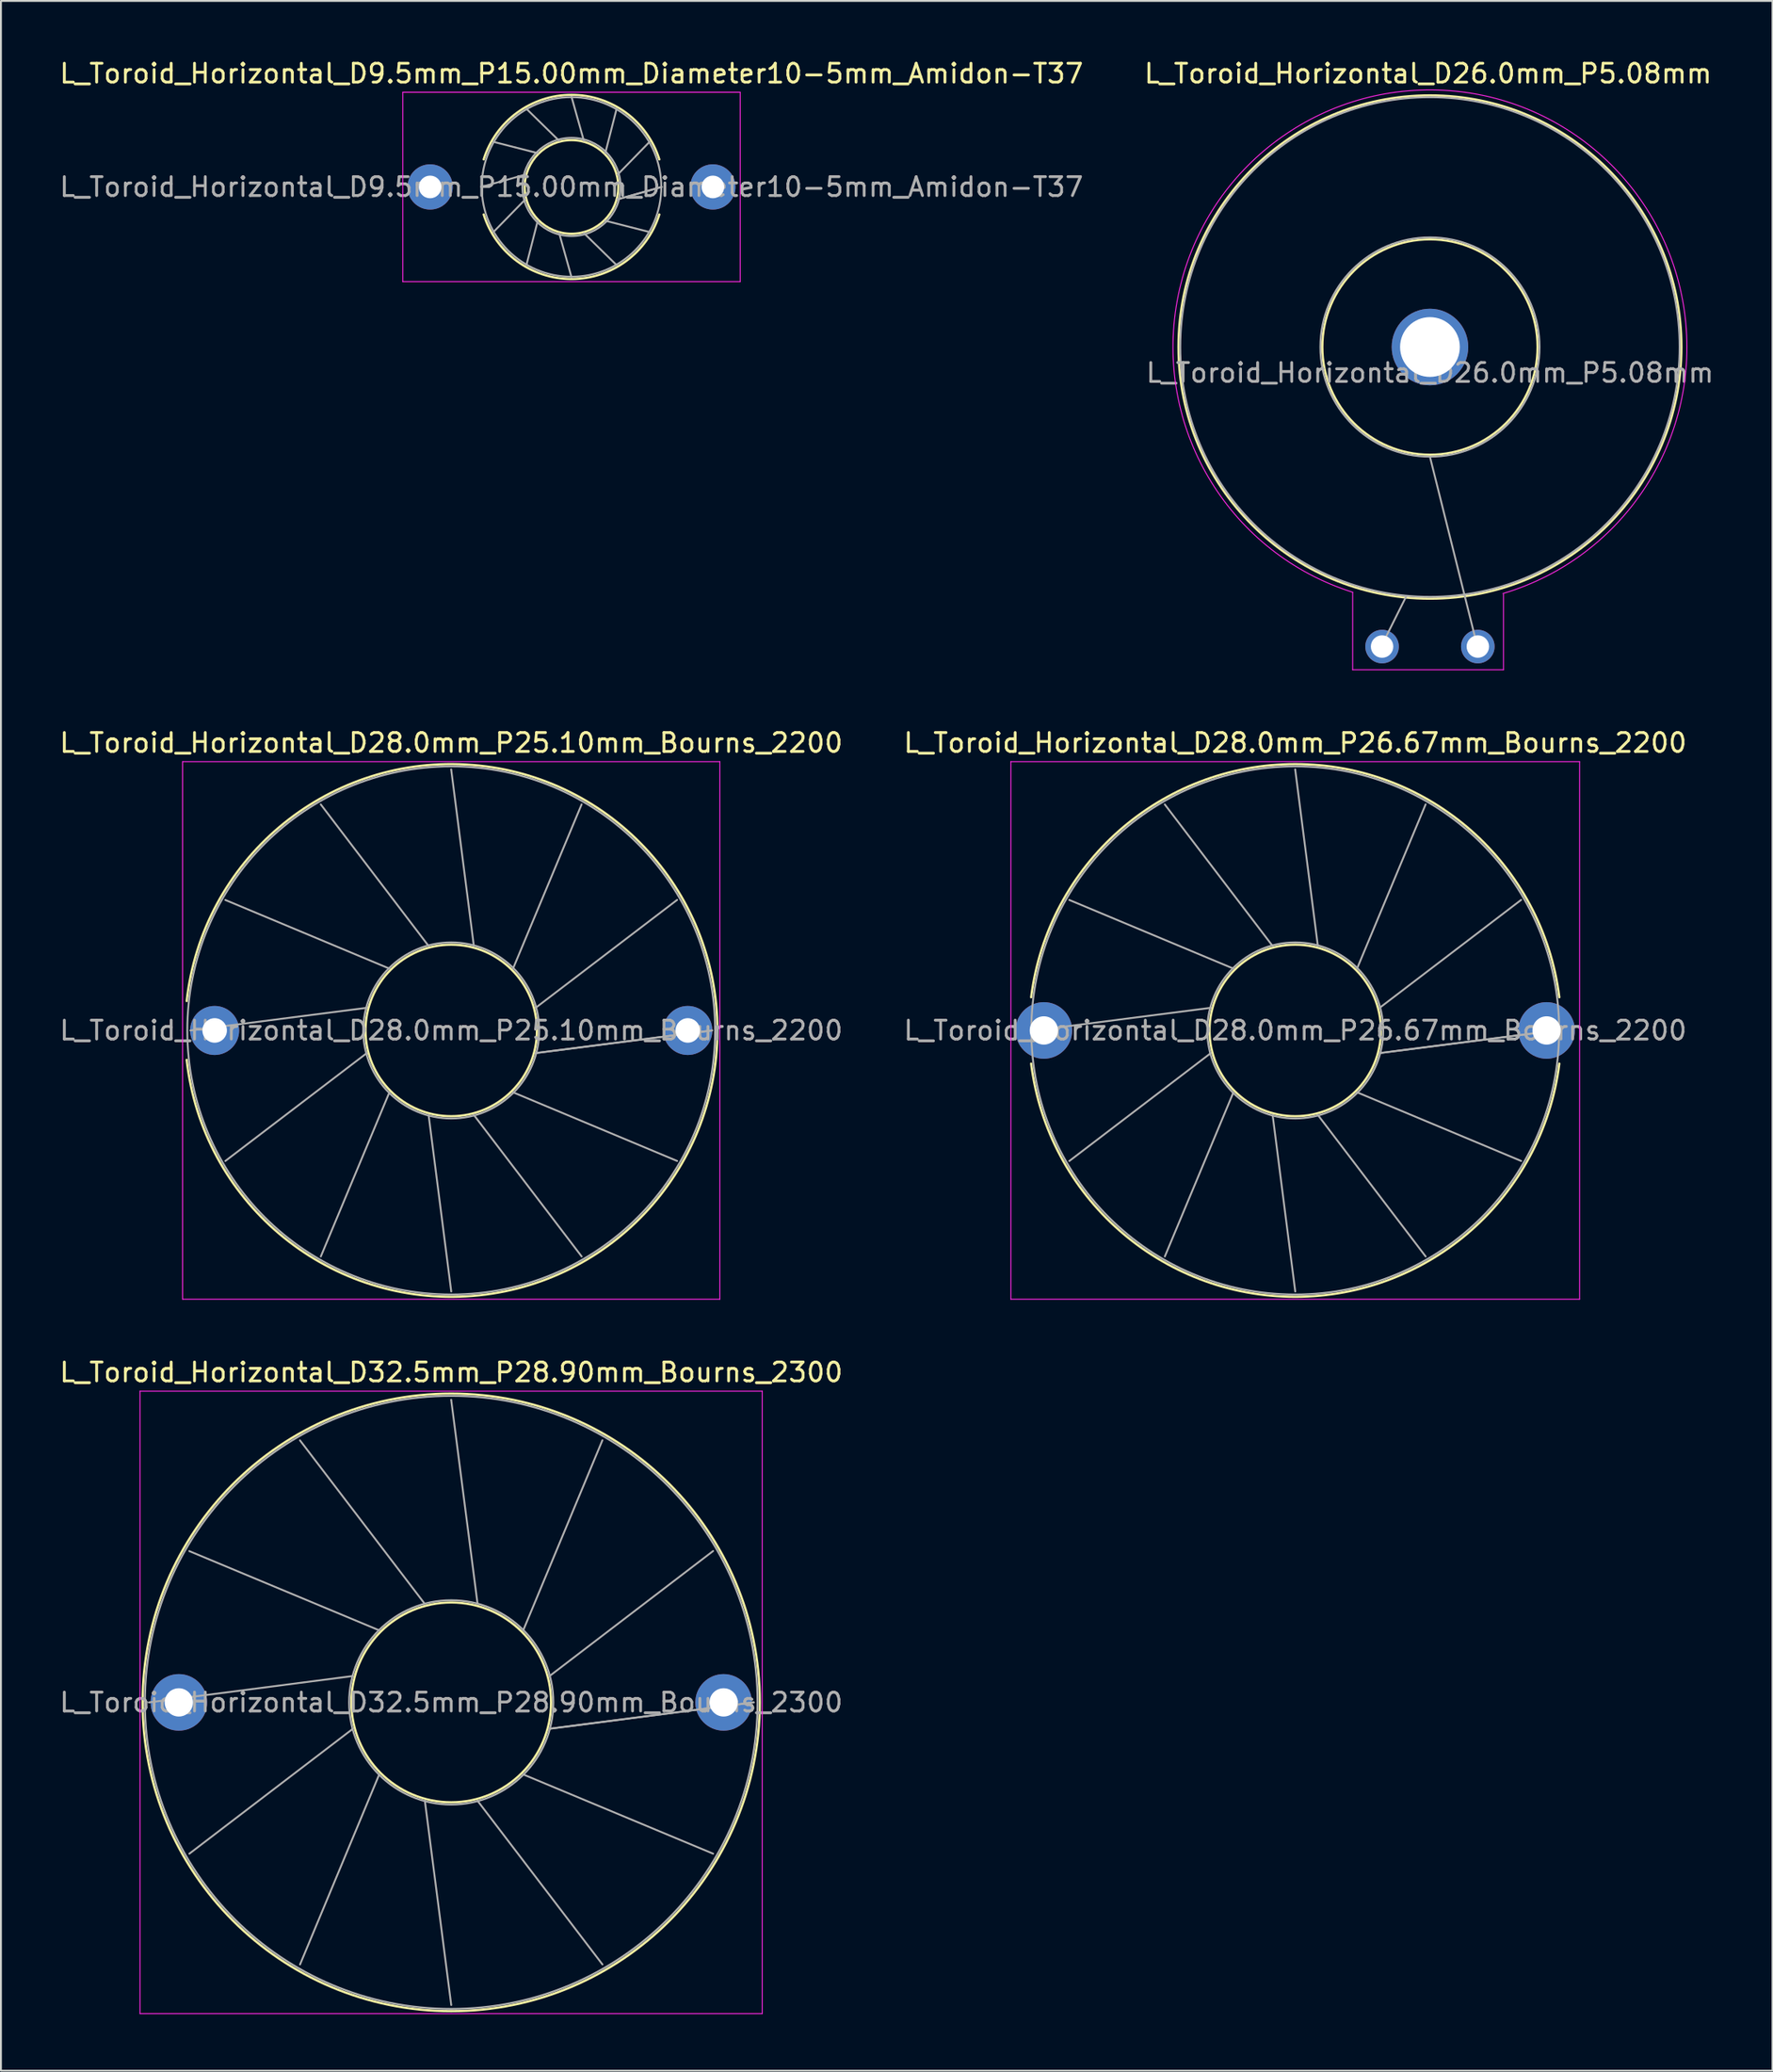
<source format=kicad_pcb>
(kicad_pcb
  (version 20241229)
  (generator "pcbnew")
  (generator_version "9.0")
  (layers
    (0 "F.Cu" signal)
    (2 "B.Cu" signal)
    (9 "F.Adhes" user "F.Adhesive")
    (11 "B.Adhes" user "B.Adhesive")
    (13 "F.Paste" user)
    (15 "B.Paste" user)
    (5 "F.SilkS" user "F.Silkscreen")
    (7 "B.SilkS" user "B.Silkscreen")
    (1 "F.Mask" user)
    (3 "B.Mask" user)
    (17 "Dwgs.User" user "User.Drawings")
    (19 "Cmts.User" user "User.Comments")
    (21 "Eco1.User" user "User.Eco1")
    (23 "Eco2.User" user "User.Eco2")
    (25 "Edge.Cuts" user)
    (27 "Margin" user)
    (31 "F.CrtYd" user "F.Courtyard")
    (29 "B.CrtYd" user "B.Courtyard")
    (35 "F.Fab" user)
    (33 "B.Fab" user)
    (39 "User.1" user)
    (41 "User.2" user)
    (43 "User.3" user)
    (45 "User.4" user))
  (footprint "L_Toroid_Horizontal_D9.5mm_P15.00mm_Diameter10-5mm_Amidon-T37"
    (layer "F.Cu")
    (at 19.768 6.861)
    (property "Reference" "L_Toroid_Horizontal_D9.5mm_P15.00mm_Diameter10-5mm_Amidon-T37" (at 7.5 -6.013 0) (layer "F.SilkS") (effects (font (size 1 1) (thickness 0.15))))
    (attr through_hole)
    (fp_arc (start 2.840901 -1.46) (mid 7.5 -4.8825) (end 12.159099 -1.46) (stroke (width 0.12) (type solid)) (layer "F.SilkS"))
    (fp_arc (start 12.159099 1.46) (mid 7.5 4.8825) (end 2.840901 1.46) (stroke (width 0.12) (type solid)) (layer "F.SilkS"))
    (fp_circle (center 7.5 0) (end 9.983 0) (stroke (width 0.12) (type solid)) (fill no) (layer "F.SilkS"))
    (fp_line (start -1.45 -5.02) (end -1.45 5.02) (stroke (width 0.05) (type solid)) (layer "F.CrtYd"))
    (fp_line (start -1.45 5.02) (end 16.45 5.02) (stroke (width 0.05) (type solid)) (layer "F.CrtYd"))
    (fp_line (start 16.45 -5.02) (end -1.45 -5.02) (stroke (width 0.05) (type solid)) (layer "F.CrtYd"))
    (fp_line (start 16.45 5.02) (end 16.45 -5.02) (stroke (width 0.05) (type solid)) (layer "F.CrtYd"))
    (fp_line (start 2.715 0.000443) (end 5.053 -0.655) (stroke (width 0.1) (type solid)) (layer "F.Fab"))
    (fp_line (start 3.356 -2.392) (end 5.709 -1.791) (stroke (width 0.1) (type solid)) (layer "F.Fab"))
    (fp_line (start 3.356 2.393) (end 5.053 0.656) (stroke (width 0.1) (type solid)) (layer "F.Fab"))
    (fp_line (start 5.107 -4.144) (end 6.844 -2.447) (stroke (width 0.1) (type solid)) (layer "F.Fab"))
    (fp_line (start 5.108 4.144) (end 5.709 1.791) (stroke (width 0.1) (type solid)) (layer "F.Fab"))
    (fp_line (start 7.499 -4.785) (end 8.155 -2.447) (stroke (width 0.1) (type solid)) (layer "F.Fab"))
    (fp_line (start 7.5 4.785) (end 6.845 2.447) (stroke (width 0.1) (type solid)) (layer "F.Fab"))
    (fp_line (start 9.892 -4.144) (end 9.291 -1.792) (stroke (width 0.1) (type solid)) (layer "F.Fab"))
    (fp_line (start 9.893 4.144) (end 8.156 2.447) (stroke (width 0.1) (type solid)) (layer "F.Fab"))
    (fp_line (start 11.643 -2.393) (end 9.947 -0.656) (stroke (width 0.1) (type solid)) (layer "F.Fab"))
    (fp_line (start 11.644 2.392) (end 9.291 1.791) (stroke (width 0.1) (type solid)) (layer "F.Fab"))
    (fp_line (start 12.285 -0.001) (end 9.947 0.655) (stroke (width 0.1) (type solid)) (layer "F.Fab"))
    (fp_line (start 12.285 0) (end 9.947 0.656) (stroke (width 0.1) (type solid)) (layer "F.Fab"))
    (fp_circle (center 7.5 0) (end 10.104 0) (stroke (width 0.1) (type solid)) (fill no) (layer "F.Fab"))
    (fp_circle (center 7.5 0) (end 12.262 0) (stroke (width 0.1) (type solid)) (fill no) (layer "F.Fab"))
    (fp_text user "${REFERENCE}" (at 7.5 0 0) (layer "F.Fab") (effects (font (size 1 1) (thickness 0.15))))
    (pad "1" thru_hole circle (at 0 0) (size 2.4 2.4) (drill 1.2) (layers "*.Cu" "*.Mask"))
    (pad "2" thru_hole circle (at 15 0) (size 2.4 2.4) (drill 1.2) (layers "*.Cu" "*.Mask")))
  (footprint "L_Toroid_Horizontal_D28.0mm_P26.67mm_Bourns_2200"
    (layer "F.Cu")
    (at 52.326 51.581)
    (property "Reference" "L_Toroid_Horizontal_D28.0mm_P26.67mm_Bourns_2200" (at 13.335 -15.25 0) (layer "F.SilkS") (effects (font (size 1 1) (thickness 0.15))))
    (attr through_hole)
    (fp_arc (start -0.674882 -1.76) (mid 13.335 -14.12) (end 27.344882 -1.76) (stroke (width 0.12) (type solid)) (layer "F.SilkS"))
    (fp_arc (start 27.344882 1.76) (mid 13.335 14.12) (end -0.674882 1.76) (stroke (width 0.12) (type solid)) (layer "F.SilkS"))
    (fp_circle (center 13.335 0) (end 17.882 0) (stroke (width 0.12) (type solid)) (fill no) (layer "F.SilkS"))
    (fp_line (start -1.75 -14.25) (end -1.75 14.25) (stroke (width 0.05) (type solid)) (layer "F.CrtYd"))
    (fp_line (start -1.75 14.25) (end 28.42 14.25) (stroke (width 0.05) (type solid)) (layer "F.CrtYd"))
    (fp_line (start 28.42 -14.25) (end -1.75 -14.25) (stroke (width 0.05) (type solid)) (layer "F.CrtYd"))
    (fp_line (start 28.42 14.25) (end 28.42 -14.25) (stroke (width 0.05) (type solid)) (layer "F.CrtYd"))
    (fp_line (start -0.503 0.001) (end 8.855 -1.2) (stroke (width 0.1) (type solid)) (layer "F.Fab"))
    (fp_line (start 1.351 -6.918) (end 10.055 -3.279) (stroke (width 0.1) (type solid)) (layer "F.Fab"))
    (fp_line (start 1.352 6.92) (end 8.856 1.201) (stroke (width 0.1) (type solid)) (layer "F.Fab"))
    (fp_line (start 6.415 -11.983) (end 12.134 -4.479) (stroke (width 0.1) (type solid)) (layer "F.Fab"))
    (fp_line (start 6.417 11.984) (end 10.056 3.28) (stroke (width 0.1) (type solid)) (layer "F.Fab"))
    (fp_line (start 13.333 -13.838) (end 14.535 -4.48) (stroke (width 0.1) (type solid)) (layer "F.Fab"))
    (fp_line (start 13.336 13.838) (end 12.135 4.48) (stroke (width 0.1) (type solid)) (layer "F.Fab"))
    (fp_line (start 20.252 -11.985) (end 16.614 -3.28) (stroke (width 0.1) (type solid)) (layer "F.Fab"))
    (fp_line (start 20.254 11.983) (end 14.535 4.48) (stroke (width 0.1) (type solid)) (layer "F.Fab"))
    (fp_line (start 25.318 -6.921) (end 17.814 -1.201) (stroke (width 0.1) (type solid)) (layer "F.Fab"))
    (fp_line (start 25.319 6.919) (end 16.614 3.279) (stroke (width 0.1) (type solid)) (layer "F.Fab"))
    (fp_line (start 27.173 -0.003) (end 17.815 1.199) (stroke (width 0.1) (type solid)) (layer "F.Fab"))
    (fp_line (start 27.173 0) (end 17.815 1.2) (stroke (width 0.1) (type solid)) (layer "F.Fab"))
    (fp_circle (center 13.335 0) (end 18.002 0) (stroke (width 0.1) (type solid)) (fill no) (layer "F.Fab"))
    (fp_circle (center 13.335 0) (end 27.335 0) (stroke (width 0.1) (type solid)) (fill no) (layer "F.Fab"))
    (fp_text user "${REFERENCE}" (at 13.335 0 0) (layer "F.Fab") (effects (font (size 1 1) (thickness 0.15))))
    (pad "1" thru_hole circle (at 0 0) (size 3 3) (drill 1.5) (layers "*.Cu" "*.Mask"))
    (pad "2" thru_hole circle (at 26.67 0) (size 3 3) (drill 1.5) (layers "*.Cu" "*.Mask")))
  (footprint "L_Toroid_Horizontal_D28.0mm_P25.10mm_Bourns_2200"
    (layer "F.Cu")
    (at 8.337 51.581)
    (property "Reference" "L_Toroid_Horizontal_D28.0mm_P25.10mm_Bourns_2200" (at 12.55 -15.25 0) (layer "F.SilkS") (effects (font (size 1 1) (thickness 0.15))))
    (attr through_hole)
    (fp_arc (start -1.48356 -1.56) (mid 26.67 0) (end -1.48356 1.56) (stroke (width 0.12) (type solid)) (layer "F.SilkS"))
    (fp_circle (center 12.55 0) (end 17.097 0) (stroke (width 0.12) (type solid)) (fill no) (layer "F.SilkS"))
    (fp_line (start -1.7 -14.25) (end -1.7 14.25) (stroke (width 0.05) (type solid)) (layer "F.CrtYd"))
    (fp_line (start -1.7 14.25) (end 26.8 14.25) (stroke (width 0.05) (type solid)) (layer "F.CrtYd"))
    (fp_line (start 26.8 -14.25) (end -1.7 -14.25) (stroke (width 0.05) (type solid)) (layer "F.CrtYd"))
    (fp_line (start 26.8 14.25) (end 26.8 -14.25) (stroke (width 0.05) (type solid)) (layer "F.CrtYd"))
    (fp_line (start -1.288 0.001) (end 8.07 -1.2) (stroke (width 0.1) (type solid)) (layer "F.Fab"))
    (fp_line (start 0.566 -6.918) (end 9.27 -3.279) (stroke (width 0.1) (type solid)) (layer "F.Fab"))
    (fp_line (start 0.567 6.92) (end 8.071 1.201) (stroke (width 0.1) (type solid)) (layer "F.Fab"))
    (fp_line (start 5.63 -11.983) (end 11.349 -4.479) (stroke (width 0.1) (type solid)) (layer "F.Fab"))
    (fp_line (start 5.632 11.984) (end 9.271 3.28) (stroke (width 0.1) (type solid)) (layer "F.Fab"))
    (fp_line (start 12.548 -13.838) (end 13.75 -4.48) (stroke (width 0.1) (type solid)) (layer "F.Fab"))
    (fp_line (start 12.551 13.838) (end 11.35 4.48) (stroke (width 0.1) (type solid)) (layer "F.Fab"))
    (fp_line (start 19.467 -11.985) (end 15.829 -3.28) (stroke (width 0.1) (type solid)) (layer "F.Fab"))
    (fp_line (start 19.469 11.983) (end 13.75 4.48) (stroke (width 0.1) (type solid)) (layer "F.Fab"))
    (fp_line (start 24.533 -6.921) (end 17.029 -1.201) (stroke (width 0.1) (type solid)) (layer "F.Fab"))
    (fp_line (start 24.534 6.919) (end 15.829 3.279) (stroke (width 0.1) (type solid)) (layer "F.Fab"))
    (fp_line (start 26.388 -0.003) (end 17.03 1.199) (stroke (width 0.1) (type solid)) (layer "F.Fab"))
    (fp_line (start 26.388 0) (end 17.03 1.2) (stroke (width 0.1) (type solid)) (layer "F.Fab"))
    (fp_circle (center 12.55 0) (end 17.217 0) (stroke (width 0.1) (type solid)) (fill no) (layer "F.Fab"))
    (fp_circle (center 12.55 0) (end 26.55 0) (stroke (width 0.1) (type solid)) (fill no) (layer "F.Fab"))
    (fp_text user "${REFERENCE}" (at 12.55 0 0) (layer "F.Fab") (effects (font (size 1 1) (thickness 0.15))))
    (pad "1" thru_hole circle (at 0 0) (size 2.6 2.6) (drill 1.3) (layers "*.Cu" "*.Mask"))
    (pad "2" thru_hole circle (at 25.1 0) (size 2.6 2.6) (drill 1.3) (layers "*.Cu" "*.Mask")))
  (footprint "L_Toroid_Horizontal_D32.5mm_P28.90mm_Bourns_2300"
    (layer "F.Cu")
    (at 6.437 87.205)
    (property "Reference" "L_Toroid_Horizontal_D32.5mm_P28.90mm_Bourns_2300" (at 14.45 -17.5 0) (layer "F.SilkS") (effects (font (size 1 1) (thickness 0.15))))
    (attr through_hole)
    (fp_circle (center 14.45 0) (end 19.747 0) (stroke (width 0.12) (type solid)) (fill no) (layer "F.SilkS"))
    (fp_circle (center 14.45 0) (end 30.82 0) (stroke (width 0.12) (type solid)) (fill no) (layer "F.SilkS"))
    (fp_line (start -2.06 -16.5) (end -2.06 16.5) (stroke (width 0.05) (type solid)) (layer "F.CrtYd"))
    (fp_line (start -2.06 16.5) (end 30.95 16.5) (stroke (width 0.05) (type solid)) (layer "F.CrtYd"))
    (fp_line (start 30.95 -16.5) (end -2.06 -16.5) (stroke (width 0.05) (type solid)) (layer "F.CrtYd"))
    (fp_line (start 30.95 16.5) (end 30.95 -16.5) (stroke (width 0.05) (type solid)) (layer "F.CrtYd"))
    (fp_line (start -1.593 0.001) (end 9.231 -1.398) (stroke (width 0.1) (type solid)) (layer "F.Fab"))
    (fp_line (start 0.556 -8.02) (end 10.629 -3.82) (stroke (width 0.1) (type solid)) (layer "F.Fab"))
    (fp_line (start 0.557 8.022) (end 9.232 1.399) (stroke (width 0.1) (type solid)) (layer "F.Fab"))
    (fp_line (start 6.427 -13.892) (end 13.051 -5.218) (stroke (width 0.1) (type solid)) (layer "F.Fab"))
    (fp_line (start 6.43 13.894) (end 10.63 3.82) (stroke (width 0.1) (type solid)) (layer "F.Fab"))
    (fp_line (start 14.448 -16.043) (end 15.848 -5.219) (stroke (width 0.1) (type solid)) (layer "F.Fab"))
    (fp_line (start 14.451 16.043) (end 13.052 5.219) (stroke (width 0.1) (type solid)) (layer "F.Fab"))
    (fp_line (start 22.469 -13.895) (end 18.27 -3.821) (stroke (width 0.1) (type solid)) (layer "F.Fab"))
    (fp_line (start 22.472 13.893) (end 15.848 5.218) (stroke (width 0.1) (type solid)) (layer "F.Fab"))
    (fp_line (start 28.342 -8.024) (end 19.668 -1.399) (stroke (width 0.1) (type solid)) (layer "F.Fab"))
    (fp_line (start 28.343 8.021) (end 18.27 3.82) (stroke (width 0.1) (type solid)) (layer "F.Fab"))
    (fp_line (start 30.493 -0.003) (end 19.669 1.397) (stroke (width 0.1) (type solid)) (layer "F.Fab"))
    (fp_line (start 30.493 0) (end 19.669 1.398) (stroke (width 0.1) (type solid)) (layer "F.Fab"))
    (fp_circle (center 14.45 0) (end 19.867 0) (stroke (width 0.1) (type solid)) (fill no) (layer "F.Fab"))
    (fp_circle (center 14.45 0) (end 30.7 0) (stroke (width 0.1) (type solid)) (fill no) (layer "F.Fab"))
    (fp_text user "${REFERENCE}" (at 14.45 0 0) (layer "F.Fab") (effects (font (size 1 1) (thickness 0.15))))
    (pad "1" thru_hole circle (at 0 0) (size 3 3) (drill 1.5) (layers "*.Cu" "*.Mask"))
    (pad "2" thru_hole circle (at 28.9 0) (size 3 3) (drill 1.5) (layers "*.Cu" "*.Mask")))
  (footprint "L_Toroid_Horizontal_D26.0mm_P5.08mm"
    (layer "F.Cu")
    (at 70.268 31.228)
    (property "Reference" "L_Toroid_Horizontal_D26.0mm_P5.08mm" (at 2.44 -30.38 0) (layer "F.SilkS") (effects (font (size 1 1) (thickness 0.15))))
    (attr through_hole)
    (fp_circle (center 2.54 -15.88) (end -10.8 -15.88) (stroke (width 0.12) (type solid)) (fill no) (layer "F.SilkS"))
    (fp_circle (center 2.54 -15.88) (end 8.25 -15.88) (stroke (width 0.12) (type solid)) (fill no) (layer "F.SilkS"))
    (fp_line (start -1.56 -2.88) (end -1.56 1.23) (stroke (width 0.05) (type solid)) (layer "F.CrtYd"))
    (fp_line (start -1.56 1.23) (end 6.44 1.23) (stroke (width 0.05) (type solid)) (layer "F.CrtYd"))
    (fp_line (start 6.44 1.23) (end 6.44 -2.78) (stroke (width 0.05) (type solid)) (layer "F.CrtYd"))
    (fp_arc (start -1.56 -2.88) (mid 2.660017 -29.510686) (end 6.410454 -2.809821) (stroke (width 0.05) (type solid)) (layer "F.CrtYd"))
    (fp_line (start 0 -0.1) (end 1.27 -2.64) (stroke (width 0.1) (type solid)) (layer "F.Fab"))
    (fp_line (start 5.08 0.1) (end 2.54 -10.06) (stroke (width 0.1) (type solid)) (layer "F.Fab"))
    (fp_circle (center 2.54 -15.88) (end 1.44 -2.68) (stroke (width 0.1) (type solid)) (fill no) (layer "F.Fab"))
    (fp_circle (center 2.54 -15.88) (end 2.34 -10.07) (stroke (width 0.1) (type solid)) (fill no) (layer "F.Fab"))
    (fp_text user "${REFERENCE}" (at 2.54 -14.513 0) (layer "F.Fab") (effects (font (size 1 1) (thickness 0.15))))
    (pad "" thru_hole circle (at 2.54 -15.88) (size 4.06 4.06) (drill 3.17) (layers "*.Cu" "*.Mask"))
    (pad "1" thru_hole circle (at 0 0) (size 1.78 1.78) (drill 1.19) (layers "*.Cu" "*.Mask"))
    (pad "2" thru_hole circle (at 5.08 0) (size 1.78 1.78) (drill 1.19) (layers "*.Cu" "*.Mask")))
  (gr_rect
    (start -3 -3)
    (end 90.981 106.73)
    (stroke (width 0.1) (type default))
    (fill no)
    (layer "Edge.Cuts")))
</source>
